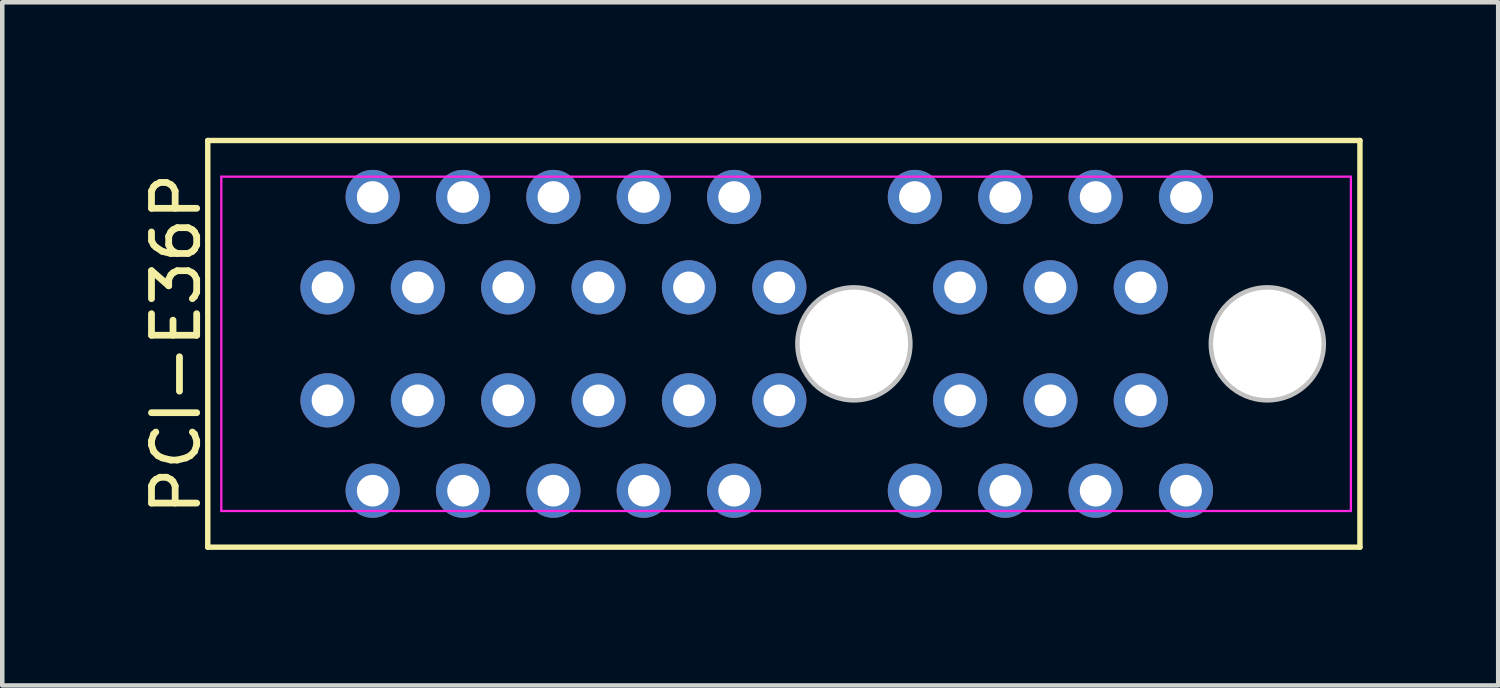
<source format=kicad_pcb>
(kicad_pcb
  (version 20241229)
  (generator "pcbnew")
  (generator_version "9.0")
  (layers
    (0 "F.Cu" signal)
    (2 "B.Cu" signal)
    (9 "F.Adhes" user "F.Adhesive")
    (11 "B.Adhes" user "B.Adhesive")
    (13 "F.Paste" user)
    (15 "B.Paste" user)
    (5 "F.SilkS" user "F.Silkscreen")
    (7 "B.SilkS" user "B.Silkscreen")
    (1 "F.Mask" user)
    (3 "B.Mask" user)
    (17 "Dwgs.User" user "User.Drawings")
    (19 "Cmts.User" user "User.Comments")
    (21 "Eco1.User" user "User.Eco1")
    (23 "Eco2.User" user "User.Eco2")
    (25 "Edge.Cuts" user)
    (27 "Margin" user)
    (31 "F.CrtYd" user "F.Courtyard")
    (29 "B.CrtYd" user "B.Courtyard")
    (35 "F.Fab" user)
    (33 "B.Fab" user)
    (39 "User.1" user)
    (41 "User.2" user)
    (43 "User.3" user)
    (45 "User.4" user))
  (footprint "PCI-E36P"
    (layer "F.Cu")
    (at 15.848 4.56)
    (property "Reference" "PCI-E36P" (at -15 0 90) (layer "F.SilkS") (effects (font (size 1 1) (thickness 0.15))))
    (attr through_hole)
    (fp_line (start -14.3 -4.5) (end -14.3 4.5) (stroke (width 0.12) (type default)) (layer "F.SilkS"))
    (fp_line (start -14.3 4.5) (end 11.2 4.5) (stroke (width 0.12) (type default)) (layer "F.SilkS"))
    (fp_line (start 11.2 -4.5) (end -14.3 -4.5) (stroke (width 0.12) (type default)) (layer "F.SilkS"))
    (fp_line (start 11.2 4.5) (end 11.2 -4.5) (stroke (width 0.12) (type default)) (layer "F.SilkS"))
    (fp_line (start -14 -3.7) (end 11 -3.7) (stroke (width 0.05) (type default)) (layer "F.CrtYd"))
    (fp_line (start -14 3.7) (end -14 -3.7) (stroke (width 0.05) (type default)) (layer "F.CrtYd"))
    (fp_line (start 11 -3.7) (end 11 3.7) (stroke (width 0.05) (type default)) (layer "F.CrtYd"))
    (fp_line (start 11 3.7) (end -14 3.7) (stroke (width 0.05) (type default)) (layer "F.CrtYd"))
    (pad "" np_thru_hole circle (at 0 0) (size 2.6 2.6) (drill 2.4) (layers "*.Mask" "Dwgs.User"))
    (pad "" np_thru_hole circle (at 9.15 0) (size 2.6 2.6) (drill 2.4) (layers "*.Mask" "Dwgs.User"))
    (pad "a1" thru_hole circle (at -11.65 -1.25) (size 1.2 1.2) (drill 0.7) (layers "*.Cu" "*.Mask"))
    (pad "a2" thru_hole circle (at -10.65 -3.25) (size 1.2 1.2) (drill 0.7) (layers "*.Cu" "*.Mask"))
    (pad "a3" thru_hole circle (at -9.65 -1.25) (size 1.2 1.2) (drill 0.7) (layers "*.Cu" "*.Mask"))
    (pad "a4" thru_hole circle (at -8.65 -3.25) (size 1.2 1.2) (drill 0.7) (layers "*.Cu" "*.Mask"))
    (pad "a5" thru_hole circle (at -7.65 -1.25) (size 1.2 1.2) (drill 0.7) (layers "*.Cu" "*.Mask"))
    (pad "a6" thru_hole circle (at -6.65 -3.25) (size 1.2 1.2) (drill 0.7) (layers "*.Cu" "*.Mask"))
    (pad "a7" thru_hole circle (at -5.65 -1.25) (size 1.2 1.2) (drill 0.7) (layers "*.Cu" "*.Mask"))
    (pad "a8" thru_hole circle (at -4.65 -3.25) (size 1.2 1.2) (drill 0.7) (layers "*.Cu" "*.Mask"))
    (pad "a9" thru_hole circle (at -3.65 -1.25) (size 1.2 1.2) (drill 0.7) (layers "*.Cu" "*.Mask"))
    (pad "a10" thru_hole circle (at -2.65 -3.25) (size 1.2 1.2) (drill 0.7) (layers "*.Cu" "*.Mask"))
    (pad "a11" thru_hole circle (at -1.65 -1.25) (size 1.2 1.2) (drill 0.7) (layers "*.Cu" "*.Mask"))
    (pad "a12" thru_hole circle (at 1.35 -3.25) (size 1.2 1.2) (drill 0.7) (layers "*.Cu" "*.Mask"))
    (pad "a13" thru_hole circle (at 2.35 -1.25) (size 1.2 1.2) (drill 0.7) (layers "*.Cu" "*.Mask"))
    (pad "a14" thru_hole circle (at 3.35 -3.25) (size 1.2 1.2) (drill 0.7) (layers "*.Cu" "*.Mask"))
    (pad "a15" thru_hole circle (at 4.35 -1.25) (size 1.2 1.2) (drill 0.7) (layers "*.Cu" "*.Mask"))
    (pad "a16" thru_hole circle (at 5.35 -3.25) (size 1.2 1.2) (drill 0.7) (layers "*.Cu" "*.Mask"))
    (pad "a17" thru_hole circle (at 6.35 -1.25) (size 1.2 1.2) (drill 0.7) (layers "*.Cu" "*.Mask"))
    (pad "a18" thru_hole circle (at 7.35 -3.25) (size 1.2 1.2) (drill 0.7) (layers "*.Cu" "*.Mask"))
    (pad "b1" thru_hole circle (at -11.65 1.25) (size 1.2 1.2) (drill 0.7) (layers "*.Cu" "*.Mask"))
    (pad "b2" thru_hole circle (at -10.65 3.25) (size 1.2 1.2) (drill 0.7) (layers "*.Cu" "*.Mask"))
    (pad "b3" thru_hole circle (at -9.65 1.25) (size 1.2 1.2) (drill 0.7) (layers "*.Cu" "*.Mask"))
    (pad "b4" thru_hole circle (at -8.65 3.25) (size 1.2 1.2) (drill 0.7) (layers "*.Cu" "*.Mask"))
    (pad "b5" thru_hole circle (at -7.65 1.25) (size 1.2 1.2) (drill 0.7) (layers "*.Cu" "*.Mask"))
    (pad "b6" thru_hole circle (at -6.65 3.25) (size 1.2 1.2) (drill 0.7) (layers "*.Cu" "*.Mask"))
    (pad "b7" thru_hole circle (at -5.65 1.25) (size 1.2 1.2) (drill 0.7) (layers "*.Cu" "*.Mask"))
    (pad "b8" thru_hole circle (at -4.65 3.25) (size 1.2 1.2) (drill 0.7) (layers "*.Cu" "*.Mask"))
    (pad "b9" thru_hole circle (at -3.65 1.25) (size 1.2 1.2) (drill 0.7) (layers "*.Cu" "*.Mask"))
    (pad "b10" thru_hole circle (at -2.65 3.25) (size 1.2 1.2) (drill 0.7) (layers "*.Cu" "*.Mask"))
    (pad "b11" thru_hole circle (at -1.65 1.25) (size 1.2 1.2) (drill 0.7) (layers "*.Cu" "*.Mask"))
    (pad "b12" thru_hole circle (at 1.35 3.25) (size 1.2 1.2) (drill 0.7) (layers "*.Cu" "*.Mask"))
    (pad "b13" thru_hole circle (at 2.35 1.25) (size 1.2 1.2) (drill 0.7) (layers "*.Cu" "*.Mask"))
    (pad "b14" thru_hole circle (at 3.35 3.25) (size 1.2 1.2) (drill 0.7) (layers "*.Cu" "*.Mask"))
    (pad "b15" thru_hole circle (at 4.35 1.25) (size 1.2 1.2) (drill 0.7) (layers "*.Cu" "*.Mask"))
    (pad "b16" thru_hole circle (at 5.35 3.25) (size 1.2 1.2) (drill 0.7) (layers "*.Cu" "*.Mask"))
    (pad "b17" thru_hole circle (at 6.35 1.25) (size 1.2 1.2) (drill 0.7) (layers "*.Cu" "*.Mask"))
    (pad "b18" thru_hole circle (at 7.35 3.25) (size 1.2 1.2) (drill 0.7) (layers "*.Cu" "*.Mask")))
  (gr_rect
    (start -3 -3)
    (end 30.108 12.12)
    (stroke (width 0.1) (type default))
    (fill no)
    (layer "Edge.Cuts")))
</source>
